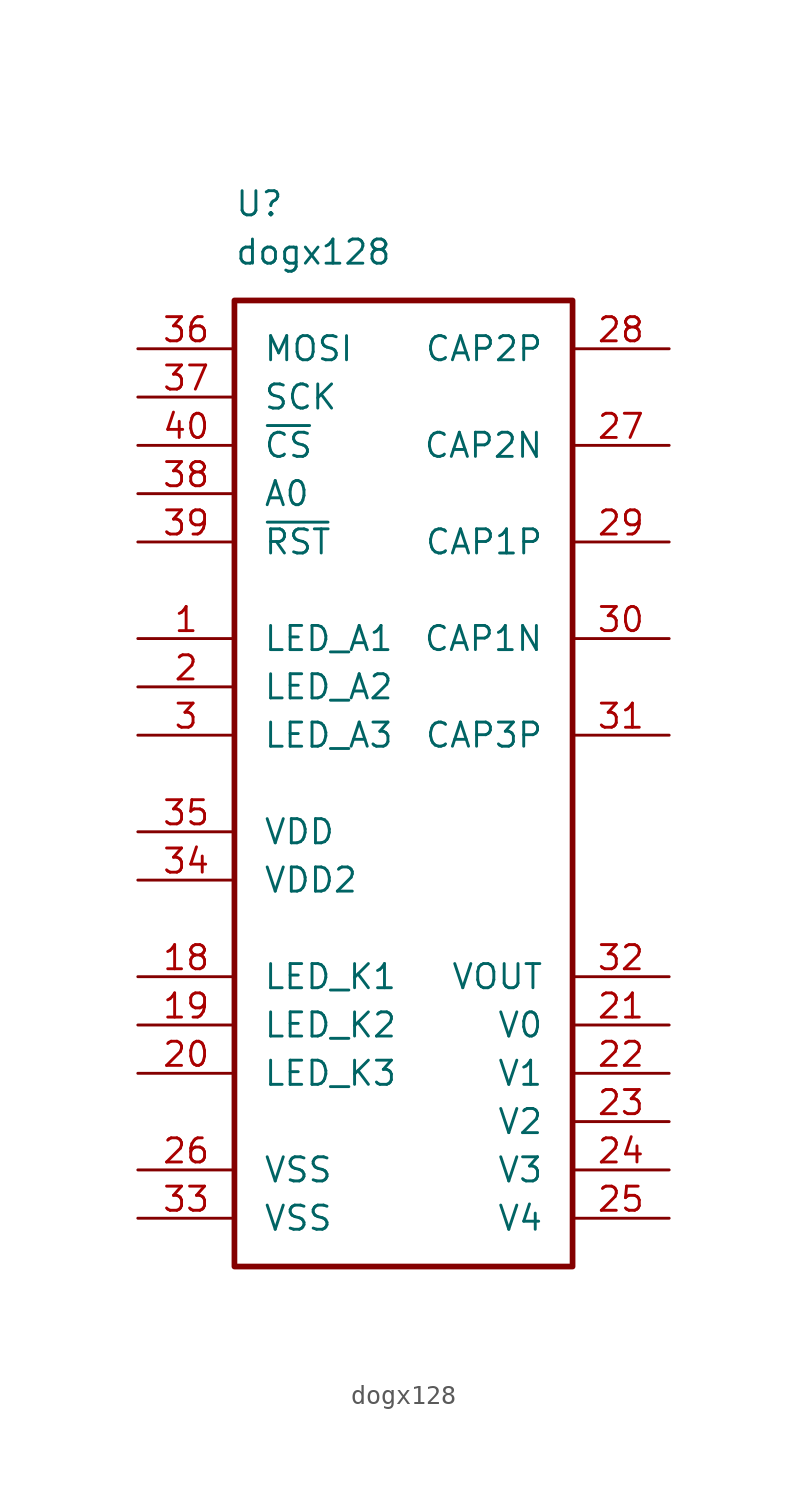
<source format=kicad_sym>
(kicad_symbol_lib
  (version 20231120)
  (generator "kicad_symbol_editor")
  (generator_version "8.0")
  (symbol "dogx128"
    (pin_names
      (offset 1.5))
    (property "Reference" "U"
      (at 5.08 5.08 0)
      (effects (font (size 1.27 1.27)) (justify left)))
    (property "Value" "dogx128"
      (at 5.08 2.54 0)
      (effects (font (size 1.27 1.27)) (justify left)))
    (symbol "dogx128_0_1"
      (rectangle (start 5.08 0) (end 22.86 -50.8) (stroke (width 0.3) (type default)) (fill (type none))))
    (symbol "dogx128_1_1"
      (pin passive line (at 0 -17.78 0) (length 5.08) (name "LED_A1" (effects (font (size 1.27 1.27)))) (number "1" (effects (font (size 1.27 1.27)))))
      (pin passive line (at 0 -35.56 0) (length 5.08) (name "LED_K1" (effects (font (size 1.27 1.27)))) (number "18" (effects (font (size 1.27 1.27)))))
      (pin passive line (at 0 -38.1 0) (length 5.08) (name "LED_K2" (effects (font (size 1.27 1.27)))) (number "19" (effects (font (size 1.27 1.27)))))
      (pin passive line (at 0 -20.32 0) (length 5.08) (name "LED_A2" (effects (font (size 1.27 1.27)))) (number "2" (effects (font (size 1.27 1.27)))))
      (pin passive line (at 0 -40.64 0) (length 5.08) (name "LED_K3" (effects (font (size 1.27 1.27)))) (number "20" (effects (font (size 1.27 1.27)))))
      (pin passive line (at 27.94 -38.1 180) (length 5.08) (name "V0" (effects (font (size 1.27 1.27)))) (number "21" (effects (font (size 1.27 1.27)))))
      (pin passive line (at 27.94 -40.64 180) (length 5.08) (name "V1" (effects (font (size 1.27 1.27)))) (number "22" (effects (font (size 1.27 1.27)))))
      (pin passive line (at 27.94 -43.18 180) (length 5.08) (name "V2" (effects (font (size 1.27 1.27)))) (number "23" (effects (font (size 1.27 1.27)))))
      (pin passive line (at 27.94 -45.72 180) (length 5.08) (name "V3" (effects (font (size 1.27 1.27)))) (number "24" (effects (font (size 1.27 1.27)))))
      (pin passive line (at 27.94 -48.26 180) (length 5.08) (name "V4" (effects (font (size 1.27 1.27)))) (number "25" (effects (font (size 1.27 1.27)))))
      (pin power_in line (at 0 -45.72 0) (length 5.08) (name "VSS" (effects (font (size 1.27 1.27)))) (number "26" (effects (font (size 1.27 1.27)))))
      (pin passive line (at 27.94 -7.62 180) (length 5.08) (name "CAP2N" (effects (font (size 1.27 1.27)))) (number "27" (effects (font (size 1.27 1.27)))))
      (pin passive line (at 27.94 -2.54 180) (length 5.08) (name "CAP2P" (effects (font (size 1.27 1.27)))) (number "28" (effects (font (size 1.27 1.27)))))
      (pin passive line (at 27.94 -12.7 180) (length 5.08) (name "CAP1P" (effects (font (size 1.27 1.27)))) (number "29" (effects (font (size 1.27 1.27)))))
      (pin passive line (at 0 -22.86 0) (length 5.08) (name "LED_A3" (effects (font (size 1.27 1.27)))) (number "3" (effects (font (size 1.27 1.27)))))
      (pin passive line (at 27.94 -17.78 180) (length 5.08) (name "CAP1N" (effects (font (size 1.27 1.27)))) (number "30" (effects (font (size 1.27 1.27)))))
      (pin passive line (at 27.94 -22.86 180) (length 5.08) (name "CAP3P" (effects (font (size 1.27 1.27)))) (number "31" (effects (font (size 1.27 1.27)))))
      (pin passive line (at 27.94 -35.56 180) (length 5.08) (name "VOUT" (effects (font (size 1.27 1.27)))) (number "32" (effects (font (size 1.27 1.27)))))
      (pin power_in line (at 0 -48.26 0) (length 5.08) (name "VSS" (effects (font (size 1.27 1.27)))) (number "33" (effects (font (size 1.27 1.27)))))
      (pin power_in line (at 0 -30.48 0) (length 5.08) (name "VDD2" (effects (font (size 1.27 1.27)))) (number "34" (effects (font (size 1.27 1.27)))))
      (pin power_in line (at 0 -27.94 0) (length 5.08) (name "VDD" (effects (font (size 1.27 1.27)))) (number "35" (effects (font (size 1.27 1.27)))))
      (pin input line (at 0 -2.54 0) (length 5.08) (name "MOSI" (effects (font (size 1.27 1.27)))) (number "36" (effects (font (size 1.27 1.27)))))
      (pin input line (at 0 -5.08 0) (length 5.08) (name "SCK" (effects (font (size 1.27 1.27)))) (number "37" (effects (font (size 1.27 1.27)))))
      (pin input line (at 0 -10.16 0) (length 5.08) (name "A0" (effects (font (size 1.27 1.27)))) (number "38" (effects (font (size 1.27 1.27)))))
      (pin input line (at 0 -12.7 0) (length 5.08) (name "~{RST}" (effects (font (size 1.27 1.27)))) (number "39" (effects (font (size 1.27 1.27)))))
      (pin input line (at 0 -7.62 0) (length 5.08) (name "~{CS}" (effects (font (size 1.27 1.27)))) (number "40" (effects (font (size 1.27 1.27))))))))
</source>
